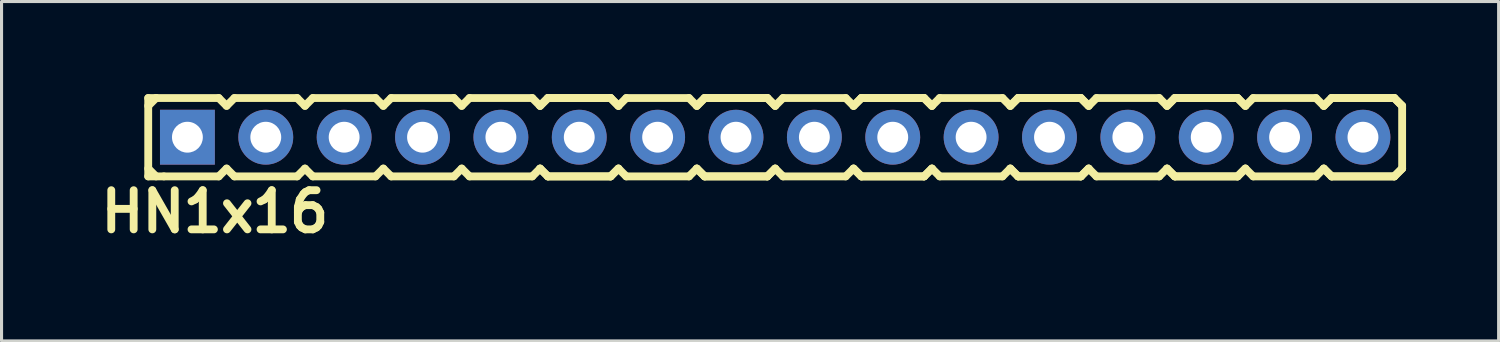
<source format=kicad_pcb>
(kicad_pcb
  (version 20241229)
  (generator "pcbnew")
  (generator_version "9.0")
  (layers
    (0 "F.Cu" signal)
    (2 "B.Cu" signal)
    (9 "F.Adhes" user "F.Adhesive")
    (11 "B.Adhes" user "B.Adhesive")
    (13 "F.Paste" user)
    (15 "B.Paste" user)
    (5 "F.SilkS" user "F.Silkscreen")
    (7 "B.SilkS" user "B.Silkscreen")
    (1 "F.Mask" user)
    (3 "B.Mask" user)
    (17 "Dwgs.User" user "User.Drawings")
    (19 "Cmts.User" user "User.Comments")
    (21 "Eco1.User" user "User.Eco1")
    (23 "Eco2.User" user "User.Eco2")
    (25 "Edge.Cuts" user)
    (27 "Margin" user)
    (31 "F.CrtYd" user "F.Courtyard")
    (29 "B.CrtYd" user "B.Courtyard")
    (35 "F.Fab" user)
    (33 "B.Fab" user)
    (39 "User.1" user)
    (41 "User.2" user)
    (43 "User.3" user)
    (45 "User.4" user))
  (footprint "HN1x16"
    (layer "F.Cu")
    (at 22.074 1.397)
    (property "Reference" "HN1x16" (at -18.161 2.413 0) (layer "F.SilkS") (effects (font (size 1.27 1.27) (thickness 0.254))))
    (attr through_hole)
    (fp_line (start -20.32 -1.27) (end -20.32 1.27) (stroke (width 0.254) (type solid)) (layer "F.SilkS"))
    (fp_line (start -20.32 -1.27) (end -20.066 -1.27) (stroke (width 0.254) (type solid)) (layer "F.SilkS"))
    (fp_line (start -20.32 -1.016) (end -20.066 -1.27) (stroke (width 0.254) (type solid)) (layer "F.SilkS"))
    (fp_line (start -20.066 -1.27) (end -18.034 -1.27) (stroke (width 0.254) (type solid)) (layer "F.SilkS"))
    (fp_line (start -20.066 1.27) (end -20.32 1.016) (stroke (width 0.254) (type solid)) (layer "F.SilkS"))
    (fp_line (start -19.812 1.27) (end -20.32 1.27) (stroke (width 0.254) (type solid)) (layer "F.SilkS"))
    (fp_line (start -18.034 -1.27) (end -17.78 -1.016) (stroke (width 0.254) (type solid)) (layer "F.SilkS"))
    (fp_line (start -18.034 1.27) (end -19.812 1.27) (stroke (width 0.254) (type solid)) (layer "F.SilkS"))
    (fp_line (start -17.78 -1.016) (end -17.526 -1.27) (stroke (width 0.254) (type solid)) (layer "F.SilkS"))
    (fp_line (start -17.78 1.016) (end -18.034 1.27) (stroke (width 0.254) (type solid)) (layer "F.SilkS"))
    (fp_line (start -17.526 -1.27) (end -15.494 -1.27) (stroke (width 0.254) (type solid)) (layer "F.SilkS"))
    (fp_line (start -17.526 1.27) (end -17.78 1.016) (stroke (width 0.254) (type solid)) (layer "F.SilkS"))
    (fp_line (start -15.494 -1.27) (end -15.24 -1.016) (stroke (width 0.254) (type solid)) (layer "F.SilkS"))
    (fp_line (start -15.494 1.27) (end -17.526 1.27) (stroke (width 0.254) (type solid)) (layer "F.SilkS"))
    (fp_line (start -15.494 1.27) (end -15.24 1.016) (stroke (width 0.254) (type solid)) (layer "F.SilkS"))
    (fp_line (start -15.24 -1.016) (end -14.986 -1.27) (stroke (width 0.254) (type solid)) (layer "F.SilkS"))
    (fp_line (start -15.24 1.016) (end -14.986 1.27) (stroke (width 0.254) (type solid)) (layer "F.SilkS"))
    (fp_line (start -14.986 -1.27) (end -12.954 -1.27) (stroke (width 0.254) (type solid)) (layer "F.SilkS"))
    (fp_line (start -12.954 -1.27) (end -12.7 -1.016) (stroke (width 0.254) (type solid)) (layer "F.SilkS"))
    (fp_line (start -12.954 1.27) (end -14.986 1.27) (stroke (width 0.254) (type solid)) (layer "F.SilkS"))
    (fp_line (start -12.7 -1.016) (end -12.446 -1.27) (stroke (width 0.254) (type solid)) (layer "F.SilkS"))
    (fp_line (start -12.7 1.016) (end -12.954 1.27) (stroke (width 0.254) (type solid)) (layer "F.SilkS"))
    (fp_line (start -12.446 -1.27) (end -10.414 -1.27) (stroke (width 0.254) (type solid)) (layer "F.SilkS"))
    (fp_line (start -12.446 1.27) (end -12.7 1.016) (stroke (width 0.254) (type solid)) (layer "F.SilkS"))
    (fp_line (start -10.414 -1.27) (end -10.16 -1.016) (stroke (width 0.254) (type solid)) (layer "F.SilkS"))
    (fp_line (start -10.414 1.27) (end -12.446 1.27) (stroke (width 0.254) (type solid)) (layer "F.SilkS"))
    (fp_line (start -10.16 -1.016) (end -9.906 -1.27) (stroke (width 0.254) (type solid)) (layer "F.SilkS"))
    (fp_line (start -10.16 1.016) (end -10.414 1.27) (stroke (width 0.254) (type solid)) (layer "F.SilkS"))
    (fp_line (start -9.906 -1.27) (end -7.874 -1.27) (stroke (width 0.254) (type solid)) (layer "F.SilkS"))
    (fp_line (start -9.906 1.27) (end -10.16 1.016) (stroke (width 0.254) (type solid)) (layer "F.SilkS"))
    (fp_line (start -7.874 -1.27) (end -7.62 -1.016) (stroke (width 0.254) (type solid)) (layer "F.SilkS"))
    (fp_line (start -7.874 1.27) (end -9.906 1.27) (stroke (width 0.254) (type solid)) (layer "F.SilkS"))
    (fp_line (start -7.62 -1.016) (end -7.366 -1.27) (stroke (width 0.254) (type solid)) (layer "F.SilkS"))
    (fp_line (start -7.62 -1.016) (end -7.366 -1.27) (stroke (width 0.254) (type solid)) (layer "F.SilkS"))
    (fp_line (start -7.62 1.016) (end -7.874 1.27) (stroke (width 0.254) (type solid)) (layer "F.SilkS"))
    (fp_line (start -7.366 -1.27) (end -5.334 -1.27) (stroke (width 0.254) (type solid)) (layer "F.SilkS"))
    (fp_line (start -7.366 -1.27) (end -5.334 -1.27) (stroke (width 0.254) (type solid)) (layer "F.SilkS"))
    (fp_line (start -7.366 1.27) (end -7.62 1.016) (stroke (width 0.254) (type solid)) (layer "F.SilkS"))
    (fp_line (start -7.366 1.27) (end -7.62 1.016) (stroke (width 0.254) (type solid)) (layer "F.SilkS"))
    (fp_line (start -5.334 -1.27) (end -5.08 -1.016) (stroke (width 0.254) (type solid)) (layer "F.SilkS"))
    (fp_line (start -5.334 -1.27) (end -5.08 -1.016) (stroke (width 0.254) (type solid)) (layer "F.SilkS"))
    (fp_line (start -5.334 1.27) (end -7.366 1.27) (stroke (width 0.254) (type solid)) (layer "F.SilkS"))
    (fp_line (start -5.334 1.27) (end -7.366 1.27) (stroke (width 0.254) (type solid)) (layer "F.SilkS"))
    (fp_line (start -5.08 -1.016) (end -4.826 -1.27) (stroke (width 0.254) (type solid)) (layer "F.SilkS"))
    (fp_line (start -5.08 1.016) (end -5.334 1.27) (stroke (width 0.254) (type solid)) (layer "F.SilkS"))
    (fp_line (start -5.08 1.016) (end -5.334 1.27) (stroke (width 0.254) (type solid)) (layer "F.SilkS"))
    (fp_line (start -4.826 -1.27) (end -2.794 -1.27) (stroke (width 0.254) (type solid)) (layer "F.SilkS"))
    (fp_line (start -4.826 1.27) (end -5.08 1.016) (stroke (width 0.254) (type solid)) (layer "F.SilkS"))
    (fp_line (start -2.794 -1.27) (end -2.54 -1.016) (stroke (width 0.254) (type solid)) (layer "F.SilkS"))
    (fp_line (start -2.794 1.27) (end -4.826 1.27) (stroke (width 0.254) (type solid)) (layer "F.SilkS"))
    (fp_line (start -2.54 -1.016) (end -2.286 -1.27) (stroke (width 0.254) (type solid)) (layer "F.SilkS"))
    (fp_line (start -2.54 -1.016) (end -2.286 -1.27) (stroke (width 0.254) (type solid)) (layer "F.SilkS"))
    (fp_line (start -2.54 1.016) (end -2.794 1.27) (stroke (width 0.254) (type solid)) (layer "F.SilkS"))
    (fp_line (start -2.286 -1.27) (end -0.254 -1.27) (stroke (width 0.254) (type solid)) (layer "F.SilkS"))
    (fp_line (start -2.286 -1.27) (end -0.254 -1.27) (stroke (width 0.254) (type solid)) (layer "F.SilkS"))
    (fp_line (start -2.286 1.27) (end -2.54 1.016) (stroke (width 0.254) (type solid)) (layer "F.SilkS"))
    (fp_line (start -2.286 1.27) (end -2.54 1.016) (stroke (width 0.254) (type solid)) (layer "F.SilkS"))
    (fp_line (start -0.254 -1.27) (end 0 -1.016) (stroke (width 0.254) (type solid)) (layer "F.SilkS"))
    (fp_line (start -0.254 -1.27) (end 0 -1.016) (stroke (width 0.254) (type solid)) (layer "F.SilkS"))
    (fp_line (start -0.254 1.27) (end -2.286 1.27) (stroke (width 0.254) (type solid)) (layer "F.SilkS"))
    (fp_line (start -0.254 1.27) (end -2.286 1.27) (stroke (width 0.254) (type solid)) (layer "F.SilkS"))
    (fp_line (start 0 -1.016) (end 0.254 -1.27) (stroke (width 0.254) (type solid)) (layer "F.SilkS"))
    (fp_line (start 0 1.016) (end -0.254 1.27) (stroke (width 0.254) (type solid)) (layer "F.SilkS"))
    (fp_line (start 0 1.016) (end -0.254 1.27) (stroke (width 0.254) (type solid)) (layer "F.SilkS"))
    (fp_line (start 0.254 -1.27) (end 2.286 -1.27) (stroke (width 0.254) (type solid)) (layer "F.SilkS"))
    (fp_line (start 0.254 1.27) (end 0 1.016) (stroke (width 0.254) (type solid)) (layer "F.SilkS"))
    (fp_line (start 2.286 -1.27) (end 2.54 -1.016) (stroke (width 0.254) (type solid)) (layer "F.SilkS"))
    (fp_line (start 2.286 1.27) (end 0.254 1.27) (stroke (width 0.254) (type solid)) (layer "F.SilkS"))
    (fp_line (start 2.54 -1.016) (end 2.794 -1.27) (stroke (width 0.254) (type solid)) (layer "F.SilkS"))
    (fp_line (start 2.54 -1.016) (end 2.794 -1.27) (stroke (width 0.254) (type solid)) (layer "F.SilkS"))
    (fp_line (start 2.54 1.016) (end 2.286 1.27) (stroke (width 0.254) (type solid)) (layer "F.SilkS"))
    (fp_line (start 2.794 -1.27) (end 4.826 -1.27) (stroke (width 0.254) (type solid)) (layer "F.SilkS"))
    (fp_line (start 2.794 -1.27) (end 4.826 -1.27) (stroke (width 0.254) (type solid)) (layer "F.SilkS"))
    (fp_line (start 2.794 1.27) (end 2.54 1.016) (stroke (width 0.254) (type solid)) (layer "F.SilkS"))
    (fp_line (start 2.794 1.27) (end 2.54 1.016) (stroke (width 0.254) (type solid)) (layer "F.SilkS"))
    (fp_line (start 4.826 -1.27) (end 5.08 -1.016) (stroke (width 0.254) (type solid)) (layer "F.SilkS"))
    (fp_line (start 4.826 -1.27) (end 5.08 -1.016) (stroke (width 0.254) (type solid)) (layer "F.SilkS"))
    (fp_line (start 4.826 1.27) (end 2.794 1.27) (stroke (width 0.254) (type solid)) (layer "F.SilkS"))
    (fp_line (start 4.826 1.27) (end 2.794 1.27) (stroke (width 0.254) (type solid)) (layer "F.SilkS"))
    (fp_line (start 5.08 -1.016) (end 5.334 -1.27) (stroke (width 0.254) (type solid)) (layer "F.SilkS"))
    (fp_line (start 5.08 1.016) (end 4.826 1.27) (stroke (width 0.254) (type solid)) (layer "F.SilkS"))
    (fp_line (start 5.08 1.016) (end 4.826 1.27) (stroke (width 0.254) (type solid)) (layer "F.SilkS"))
    (fp_line (start 5.334 -1.27) (end 7.366 -1.27) (stroke (width 0.254) (type solid)) (layer "F.SilkS"))
    (fp_line (start 5.334 1.27) (end 5.08 1.016) (stroke (width 0.254) (type solid)) (layer "F.SilkS"))
    (fp_line (start 7.366 -1.27) (end 7.62 -1.016) (stroke (width 0.254) (type solid)) (layer "F.SilkS"))
    (fp_line (start 7.366 1.27) (end 5.334 1.27) (stroke (width 0.254) (type solid)) (layer "F.SilkS"))
    (fp_line (start 7.62 -1.016) (end 7.874 -1.27) (stroke (width 0.254) (type solid)) (layer "F.SilkS"))
    (fp_line (start 7.62 -1.016) (end 7.874 -1.27) (stroke (width 0.254) (type solid)) (layer "F.SilkS"))
    (fp_line (start 7.62 1.016) (end 7.366 1.27) (stroke (width 0.254) (type solid)) (layer "F.SilkS"))
    (fp_line (start 7.874 -1.27) (end 9.906 -1.27) (stroke (width 0.254) (type solid)) (layer "F.SilkS"))
    (fp_line (start 7.874 -1.27) (end 9.906 -1.27) (stroke (width 0.254) (type solid)) (layer "F.SilkS"))
    (fp_line (start 7.874 1.27) (end 7.62 1.016) (stroke (width 0.254) (type solid)) (layer "F.SilkS"))
    (fp_line (start 7.874 1.27) (end 7.62 1.016) (stroke (width 0.254) (type solid)) (layer "F.SilkS"))
    (fp_line (start 9.906 -1.27) (end 10.16 -1.016) (stroke (width 0.254) (type solid)) (layer "F.SilkS"))
    (fp_line (start 9.906 -1.27) (end 10.16 -1.016) (stroke (width 0.254) (type solid)) (layer "F.SilkS"))
    (fp_line (start 9.906 1.27) (end 7.874 1.27) (stroke (width 0.254) (type solid)) (layer "F.SilkS"))
    (fp_line (start 9.906 1.27) (end 7.874 1.27) (stroke (width 0.254) (type solid)) (layer "F.SilkS"))
    (fp_line (start 10.16 -1.016) (end 10.414 -1.27) (stroke (width 0.254) (type solid)) (layer "F.SilkS"))
    (fp_line (start 10.16 1.016) (end 9.906 1.27) (stroke (width 0.254) (type solid)) (layer "F.SilkS"))
    (fp_line (start 10.16 1.016) (end 9.906 1.27) (stroke (width 0.254) (type solid)) (layer "F.SilkS"))
    (fp_line (start 10.414 -1.27) (end 12.446 -1.27) (stroke (width 0.254) (type solid)) (layer "F.SilkS"))
    (fp_line (start 10.414 1.27) (end 10.16 1.016) (stroke (width 0.254) (type solid)) (layer "F.SilkS"))
    (fp_line (start 12.446 -1.27) (end 12.7 -1.016) (stroke (width 0.254) (type solid)) (layer "F.SilkS"))
    (fp_line (start 12.446 1.27) (end 10.414 1.27) (stroke (width 0.254) (type solid)) (layer "F.SilkS"))
    (fp_line (start 12.7 -1.016) (end 12.954 -1.27) (stroke (width 0.254) (type solid)) (layer "F.SilkS"))
    (fp_line (start 12.7 -1.016) (end 12.954 -1.27) (stroke (width 0.254) (type solid)) (layer "F.SilkS"))
    (fp_line (start 12.7 1.016) (end 12.446 1.27) (stroke (width 0.254) (type solid)) (layer "F.SilkS"))
    (fp_line (start 12.954 -1.27) (end 14.986 -1.27) (stroke (width 0.254) (type solid)) (layer "F.SilkS"))
    (fp_line (start 12.954 -1.27) (end 14.986 -1.27) (stroke (width 0.254) (type solid)) (layer "F.SilkS"))
    (fp_line (start 12.954 1.27) (end 12.7 1.016) (stroke (width 0.254) (type solid)) (layer "F.SilkS"))
    (fp_line (start 12.954 1.27) (end 12.7 1.016) (stroke (width 0.254) (type solid)) (layer "F.SilkS"))
    (fp_line (start 14.986 -1.27) (end 15.24 -1.016) (stroke (width 0.254) (type solid)) (layer "F.SilkS"))
    (fp_line (start 14.986 -1.27) (end 15.24 -1.016) (stroke (width 0.254) (type solid)) (layer "F.SilkS"))
    (fp_line (start 14.986 1.27) (end 12.954 1.27) (stroke (width 0.254) (type solid)) (layer "F.SilkS"))
    (fp_line (start 14.986 1.27) (end 12.954 1.27) (stroke (width 0.254) (type solid)) (layer "F.SilkS"))
    (fp_line (start 15.24 -1.016) (end 15.494 -1.27) (stroke (width 0.254) (type solid)) (layer "F.SilkS"))
    (fp_line (start 15.24 1.016) (end 14.986 1.27) (stroke (width 0.254) (type solid)) (layer "F.SilkS"))
    (fp_line (start 15.24 1.016) (end 14.986 1.27) (stroke (width 0.254) (type solid)) (layer "F.SilkS"))
    (fp_line (start 15.494 -1.27) (end 17.526 -1.27) (stroke (width 0.254) (type solid)) (layer "F.SilkS"))
    (fp_line (start 15.494 1.27) (end 15.24 1.016) (stroke (width 0.254) (type solid)) (layer "F.SilkS"))
    (fp_line (start 17.526 -1.27) (end 17.78 -1.016) (stroke (width 0.254) (type solid)) (layer "F.SilkS"))
    (fp_line (start 17.526 1.27) (end 15.494 1.27) (stroke (width 0.254) (type solid)) (layer "F.SilkS"))
    (fp_line (start 17.78 -1.016) (end 18.034 -1.27) (stroke (width 0.254) (type solid)) (layer "F.SilkS"))
    (fp_line (start 17.78 -1.016) (end 18.034 -1.27) (stroke (width 0.254) (type solid)) (layer "F.SilkS"))
    (fp_line (start 17.78 1.016) (end 17.526 1.27) (stroke (width 0.254) (type solid)) (layer "F.SilkS"))
    (fp_line (start 18.034 -1.27) (end 20.066 -1.27) (stroke (width 0.254) (type solid)) (layer "F.SilkS"))
    (fp_line (start 18.034 -1.27) (end 20.066 -1.27) (stroke (width 0.254) (type solid)) (layer "F.SilkS"))
    (fp_line (start 18.034 1.27) (end 17.78 1.016) (stroke (width 0.254) (type solid)) (layer "F.SilkS"))
    (fp_line (start 18.034 1.27) (end 17.78 1.016) (stroke (width 0.254) (type solid)) (layer "F.SilkS"))
    (fp_line (start 20.066 -1.27) (end 20.32 -1.016) (stroke (width 0.254) (type solid)) (layer "F.SilkS"))
    (fp_line (start 20.066 -1.27) (end 20.32 -1.016) (stroke (width 0.254) (type solid)) (layer "F.SilkS"))
    (fp_line (start 20.066 1.27) (end 18.034 1.27) (stroke (width 0.254) (type solid)) (layer "F.SilkS"))
    (fp_line (start 20.066 1.27) (end 18.034 1.27) (stroke (width 0.254) (type solid)) (layer "F.SilkS"))
    (fp_line (start 20.32 -1.016) (end 20.32 1.016) (stroke (width 0.254) (type solid)) (layer "F.SilkS"))
    (fp_line (start 20.32 1.016) (end 20.066 1.27) (stroke (width 0.254) (type solid)) (layer "F.SilkS"))
    (fp_line (start 20.32 1.016) (end 20.066 1.27) (stroke (width 0.254) (type solid)) (layer "F.SilkS"))
    (pad "1" thru_hole rect (at -19.05 0) (size 1.778 1.778) (drill 1) (layers "*.Cu" "*.Mask"))
    (pad "2" thru_hole circle (at -16.51 0) (size 1.778 1.778) (drill 1) (layers "*.Cu" "*.Mask"))
    (pad "3" thru_hole circle (at -13.97 0) (size 1.778 1.778) (drill 1) (layers "*.Cu" "*.Mask"))
    (pad "4" thru_hole circle (at -11.43 0) (size 1.778 1.778) (drill 1) (layers "*.Cu" "*.Mask"))
    (pad "5" thru_hole circle (at -8.89 0) (size 1.778 1.778) (drill 1) (layers "*.Cu" "*.Mask"))
    (pad "6" thru_hole circle (at -6.35 0) (size 1.778 1.778) (drill 1) (layers "*.Cu" "*.Mask"))
    (pad "7" thru_hole circle (at -3.81 0) (size 1.778 1.778) (drill 1) (layers "*.Cu" "*.Mask"))
    (pad "8" thru_hole circle (at -1.27 0) (size 1.778 1.778) (drill 1) (layers "*.Cu" "*.Mask"))
    (pad "9" thru_hole circle (at 1.27 0) (size 1.778 1.778) (drill 1) (layers "*.Cu" "*.Mask"))
    (pad "10" thru_hole circle (at 3.81 0) (size 1.778 1.778) (drill 1) (layers "*.Cu" "*.Mask"))
    (pad "11" thru_hole circle (at 6.35 0) (size 1.778 1.778) (drill 1) (layers "*.Cu" "*.Mask"))
    (pad "12" thru_hole circle (at 8.89 0) (size 1.778 1.778) (drill 1) (layers "*.Cu" "*.Mask"))
    (pad "13" thru_hole circle (at 11.43 0) (size 1.778 1.778) (drill 1) (layers "*.Cu" "*.Mask"))
    (pad "14" thru_hole circle (at 13.97 0) (size 1.778 1.778) (drill 1) (layers "*.Cu" "*.Mask"))
    (pad "15" thru_hole circle (at 16.51 0) (size 1.778 1.778) (drill 1) (layers "*.Cu" "*.Mask"))
    (pad "16" thru_hole circle (at 19.05 0) (size 1.778 1.778) (drill 1) (layers "*.Cu" "*.Mask")))
  (gr_rect
    (start -3 -3)
    (end 45.521 7.999)
    (stroke (width 0.1) (type default))
    (fill no)
    (layer "Edge.Cuts")))
</source>
